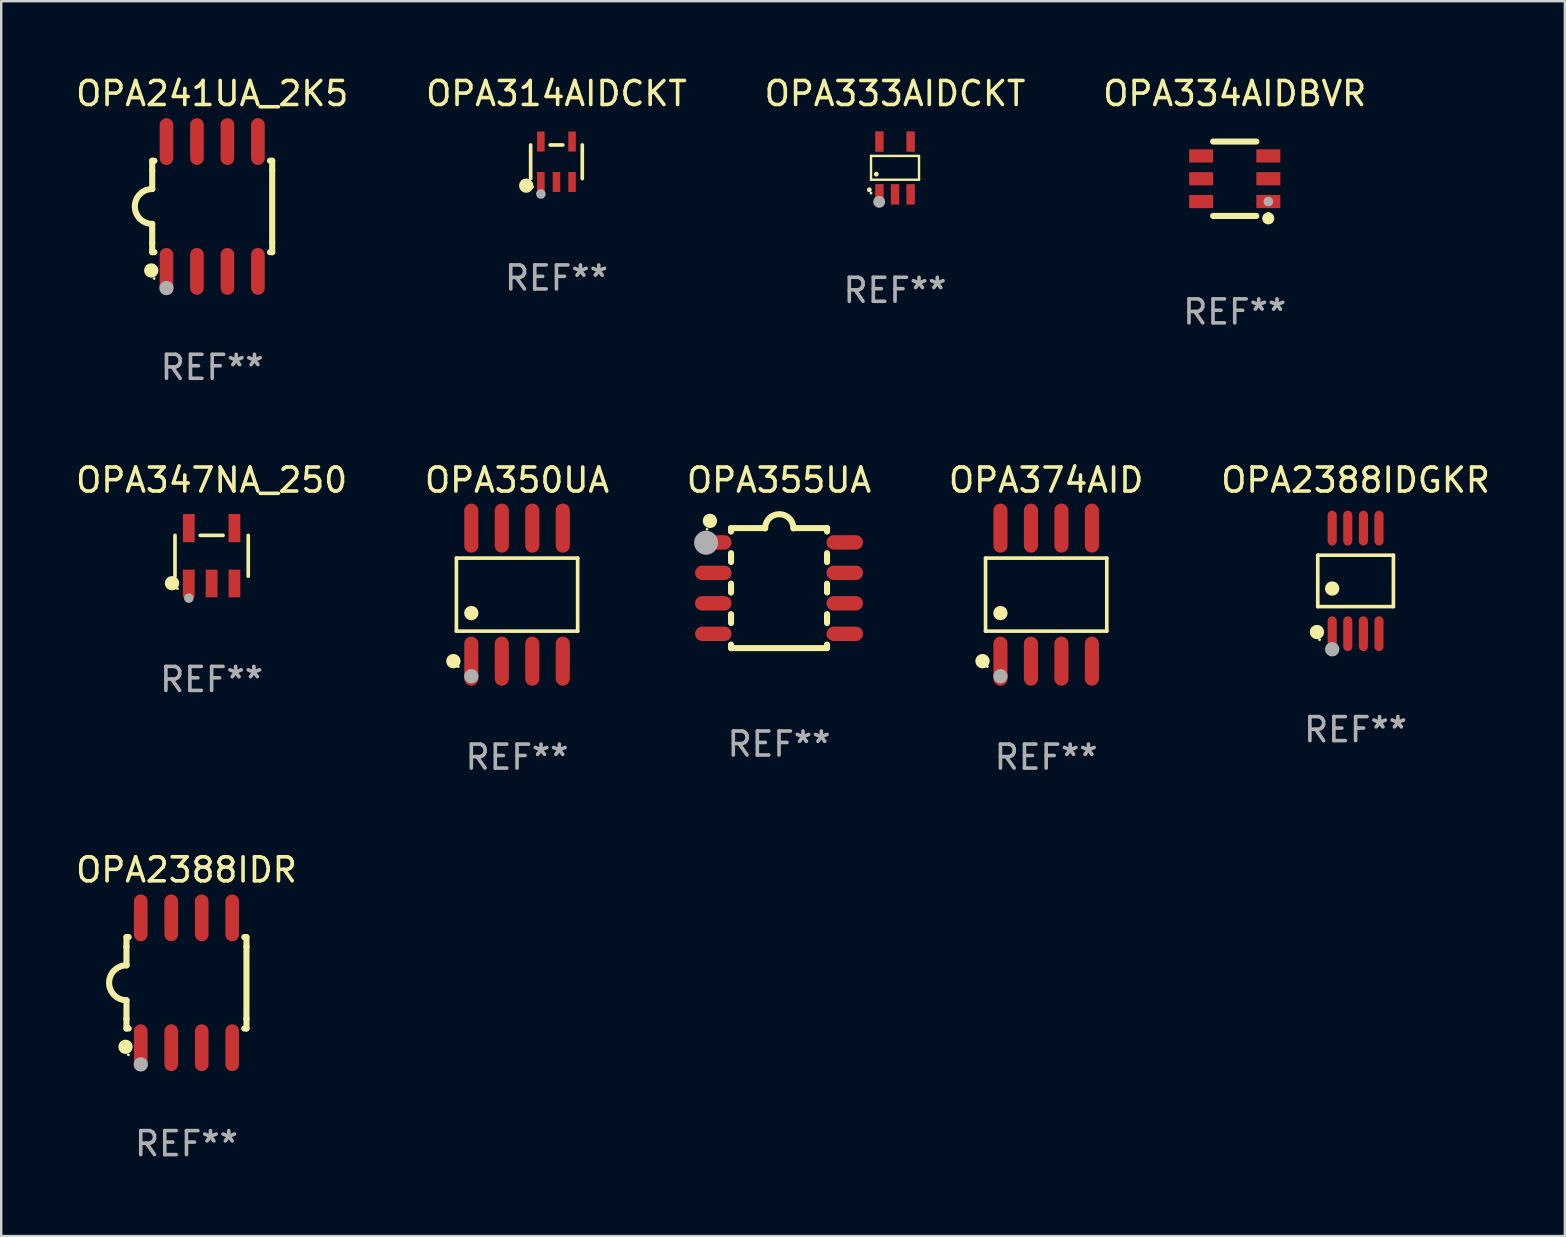
<source format=kicad_pcb>
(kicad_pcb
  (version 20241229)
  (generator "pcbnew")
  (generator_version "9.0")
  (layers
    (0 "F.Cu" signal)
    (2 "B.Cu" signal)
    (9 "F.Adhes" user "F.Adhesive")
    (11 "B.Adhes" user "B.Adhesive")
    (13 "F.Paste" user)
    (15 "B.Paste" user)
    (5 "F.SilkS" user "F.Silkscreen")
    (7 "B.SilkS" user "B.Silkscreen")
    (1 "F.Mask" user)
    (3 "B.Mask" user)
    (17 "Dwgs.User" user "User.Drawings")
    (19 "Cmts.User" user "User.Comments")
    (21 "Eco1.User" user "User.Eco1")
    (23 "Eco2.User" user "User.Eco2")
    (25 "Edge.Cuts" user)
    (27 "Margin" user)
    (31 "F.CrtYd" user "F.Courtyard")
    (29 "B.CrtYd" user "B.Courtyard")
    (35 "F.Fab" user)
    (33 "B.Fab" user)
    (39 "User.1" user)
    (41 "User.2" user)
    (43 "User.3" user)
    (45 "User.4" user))
  (footprint "OPA314AIDCKT"
    (layer "F.Cu")
    (at 20.137 3.691)
    (property "Reference" "OPA314AIDCKT" (at 0 -2.843 0) (layer "F.SilkS") (effects (font (size 1 1) (thickness 0.15))))
    (attr through_hole)
    (fp_line (start -1.076 0.701) (end -1.076 -0.701) (stroke (width 0.152) (type solid)) (layer "F.SilkS"))
    (fp_line (start 0.264 -0.701) (end -0.264 -0.701) (stroke (width 0.152) (type solid)) (layer "F.SilkS"))
    (fp_line (start 1.076 0.701) (end 1.076 -0.701) (stroke (width 0.152) (type solid)) (layer "F.SilkS"))
    (fp_circle (center -1.26 0.995) (end -1.11 0.995) (stroke (width 0.3) (type solid)) (fill no) (layer "F.SilkS"))
    (fp_circle (center -1 1.05) (end -0.97 1.05) (stroke (width 0.06) (type solid)) (fill no) (layer "F.SilkS"))
    (fp_circle (center -0.65 1.341) (end -0.55 1.341) (stroke (width 0.2) (type solid)) (fill no) (layer "F.Fab"))
    (fp_text user "REF**" (at 0 4.843 0) (layer "F.Fab") (effects (font (size 1 1) (thickness 0.15))))
    (pad "1" smd rect (at -0.65 0.843) (size 0.315 0.835) (layers "F.Cu" "F.Mask" "F.Paste"))
    (pad "2" smd rect (at 0.00014 0.843) (size 0.315 0.835) (layers "F.Cu" "F.Mask" "F.Paste"))
    (pad "3" smd rect (at 0.65 0.843) (size 0.315 0.835) (layers "F.Cu" "F.Mask" "F.Paste"))
    (pad "4" smd rect (at 0.65 -0.843) (size 0.315 0.835) (layers "F.Cu" "F.Mask" "F.Paste"))
    (pad "5" smd rect (at -0.65 -0.843) (size 0.315 0.835) (layers "F.Cu" "F.Mask" "F.Paste")))
  (footprint "OPA2388IDR"
    (layer "F.Cu")
    (at 4.72 37.901)
    (property "Reference" "OPA2388IDR" (at 0 -4.705 0) (layer "F.SilkS") (effects (font (size 1 1) (thickness 0.15))))
    (attr through_hole)
    (fp_line (start -2.5 -1.905) (end -2.409 -1.905) (stroke (width 0.254) (type solid)) (layer "F.SilkS"))
    (fp_line (start -2.5 -1.5) (end -2.5 -1.905) (stroke (width 0.254) (type solid)) (layer "F.SilkS"))
    (fp_line (start -2.5 -1.5) (end -2.5 -0.726) (stroke (width 0.254) (type solid)) (layer "F.SilkS"))
    (fp_line (start -2.5 1.5) (end -2.5 0.727) (stroke (width 0.254) (type solid)) (layer "F.SilkS"))
    (fp_line (start -2.5 1.5) (end -2.5 1.905) (stroke (width 0.254) (type solid)) (layer "F.SilkS"))
    (fp_line (start -2.5 1.905) (end -2.409 1.905) (stroke (width 0.254) (type solid)) (layer "F.SilkS"))
    (fp_line (start 2.5 -1.905) (end 2.409 -1.905) (stroke (width 0.254) (type solid)) (layer "F.SilkS"))
    (fp_line (start 2.5 -1.5) (end 2.5 -1.905) (stroke (width 0.254) (type solid)) (layer "F.SilkS"))
    (fp_line (start 2.5 -1.5) (end 2.5 1.5) (stroke (width 0.254) (type solid)) (layer "F.SilkS"))
    (fp_line (start 2.5 1.5) (end 2.5 1.905) (stroke (width 0.254) (type solid)) (layer "F.SilkS"))
    (fp_line (start 2.5 1.905) (end 2.409 1.905) (stroke (width 0.254) (type solid)) (layer "F.SilkS"))
    (fp_arc (start -2.5 0.726568) (mid -3.220316 -0.0023) (end -2.495097 -0.726289) (stroke (width 0.254001) (type solid)) (layer "F.SilkS"))
    (fp_circle (center -2.54 2.667) (end -2.39 2.667) (stroke (width 0.3) (type solid)) (fill no) (layer "F.SilkS"))
    (fp_circle (center -2.42 3) (end -2.39 3) (stroke (width 0.06) (type solid)) (fill no) (layer "F.SilkS"))
    (fp_circle (center -1.905 3.4) (end -1.755 3.4) (stroke (width 0.3) (type solid)) (fill no) (layer "F.Fab"))
    (fp_text user "REF**" (at 0 6.705 0) (layer "F.Fab") (effects (font (size 1 1) (thickness 0.15))))
    (pad "1" smd oval (at -1.905 2.705) (size 0.568 1.95) (layers "F.Cu" "F.Mask" "F.Paste"))
    (pad "2" smd oval (at -0.635 2.705) (size 0.568 1.95) (layers "F.Cu" "F.Mask" "F.Paste"))
    (pad "3" smd oval (at 0.635 2.705) (size 0.568 1.95) (layers "F.Cu" "F.Mask" "F.Paste"))
    (pad "4" smd oval (at 1.905 2.705) (size 0.568 1.95) (layers "F.Cu" "F.Mask" "F.Paste"))
    (pad "5" smd oval (at 1.905 -2.705) (size 0.568 1.95) (layers "F.Cu" "F.Mask" "F.Paste"))
    (pad "6" smd oval (at 0.635 -2.705) (size 0.568 1.95) (layers "F.Cu" "F.Mask" "F.Paste"))
    (pad "7" smd oval (at -0.635 -2.705) (size 0.568 1.95) (layers "F.Cu" "F.Mask" "F.Paste"))
    (pad "8" smd oval (at -1.905 -2.705) (size 0.568 1.95) (layers "F.Cu" "F.Mask" "F.Paste")))
  (footprint "OPA355UA"
    (layer "F.Cu")
    (at 29.411 21.455)
    (property "Reference" "OPA355UA" (at 0 -4.5 0) (layer "F.SilkS") (effects (font (size 1 1) (thickness 0.15))))
    (attr through_hole)
    (fp_line (start -2 -2.5) (end -2 -2.356) (stroke (width 0.254) (type solid)) (layer "F.SilkS"))
    (fp_line (start -2 -1.454) (end -2 -1.086) (stroke (width 0.254) (type solid)) (layer "F.SilkS"))
    (fp_line (start -2 -0.184) (end -2 0.184) (stroke (width 0.254) (type solid)) (layer "F.SilkS"))
    (fp_line (start -2 1.086) (end -2 1.454) (stroke (width 0.254) (type solid)) (layer "F.SilkS"))
    (fp_line (start -2 2.356) (end -2 2.5) (stroke (width 0.254) (type solid)) (layer "F.SilkS"))
    (fp_line (start -0.58 -2.5) (end -2 -2.5) (stroke (width 0.254) (type solid)) (layer "F.SilkS"))
    (fp_line (start 2 -2.5) (end 0.6 -2.5) (stroke (width 0.254) (type solid)) (layer "F.SilkS"))
    (fp_line (start 2 -2.5) (end 2 -2.356) (stroke (width 0.254) (type solid)) (layer "F.SilkS"))
    (fp_line (start 2 -1.454) (end 2 -1.086) (stroke (width 0.254) (type solid)) (layer "F.SilkS"))
    (fp_line (start 2 -0.184) (end 2 0.184) (stroke (width 0.254) (type solid)) (layer "F.SilkS"))
    (fp_line (start 2 1.086) (end 2 1.454) (stroke (width 0.254) (type solid)) (layer "F.SilkS"))
    (fp_line (start 2 2.356) (end 2 2.5) (stroke (width 0.254) (type solid)) (layer "F.SilkS"))
    (fp_line (start 2 2.5) (end -2 2.5) (stroke (width 0.254) (type solid)) (layer "F.SilkS"))
    (fp_arc (start -0.579908 -2.489992) (mid 0.010097 -3.07831) (end 0.600102 -2.489992) (stroke (width 0.254001) (type solid)) (layer "F.SilkS"))
    (fp_circle (center -3 -2.45) (end -2.97 -2.45) (stroke (width 0.06) (type solid)) (fill no) (layer "F.SilkS"))
    (fp_circle (center -2.88 -2.8) (end -2.73 -2.8) (stroke (width 0.3) (type solid)) (fill no) (layer "F.SilkS"))
    (fp_circle (center -3.04 -1.89) (end -2.79 -1.89) (stroke (width 0.5) (type solid)) (fill no) (layer "F.Fab"))
    (fp_text user "REF**" (at 0 6.5 0) (layer "F.Fab") (effects (font (size 1 1) (thickness 0.15))))
    (pad "1" smd oval (at -2.74 -1.905 90) (size 0.6 1.52) (layers "F.Cu" "F.Mask" "F.Paste"))
    (pad "2" smd oval (at -2.74 -0.635 90) (size 0.6 1.52) (layers "F.Cu" "F.Mask" "F.Paste"))
    (pad "3" smd oval (at -2.74 0.635 90) (size 0.6 1.52) (layers "F.Cu" "F.Mask" "F.Paste"))
    (pad "4" smd oval (at -2.74 1.905 90) (size 0.6 1.52) (layers "F.Cu" "F.Mask" "F.Paste"))
    (pad "5" smd oval (at 2.74 1.905 90) (size 0.6 1.52) (layers "F.Cu" "F.Mask" "F.Paste"))
    (pad "6" smd oval (at 2.74 0.635 90) (size 0.6 1.52) (layers "F.Cu" "F.Mask" "F.Paste"))
    (pad "7" smd oval (at 2.74 -0.635 90) (size 0.6 1.52) (layers "F.Cu" "F.Mask" "F.Paste"))
    (pad "8" smd oval (at 2.74 -1.905 90) (size 0.6 1.52) (layers "F.Cu" "F.Mask" "F.Paste")))
  (footprint "OPA241UA_2K5"
    (layer "F.Cu")
    (at 5.792 5.553)
    (property "Reference" "OPA241UA_2K5" (at 0 -4.705 0) (layer "F.SilkS") (effects (font (size 1 1) (thickness 0.15))))
    (attr through_hole)
    (fp_line (start -2.5 -1.905) (end -2.409 -1.905) (stroke (width 0.254) (type solid)) (layer "F.SilkS"))
    (fp_line (start -2.5 -1.5) (end -2.5 -1.905) (stroke (width 0.254) (type solid)) (layer "F.SilkS"))
    (fp_line (start -2.5 -1.5) (end -2.5 -0.726) (stroke (width 0.254) (type solid)) (layer "F.SilkS"))
    (fp_line (start -2.5 1.5) (end -2.5 0.727) (stroke (width 0.254) (type solid)) (layer "F.SilkS"))
    (fp_line (start -2.5 1.5) (end -2.5 1.905) (stroke (width 0.254) (type solid)) (layer "F.SilkS"))
    (fp_line (start -2.5 1.905) (end -2.409 1.905) (stroke (width 0.254) (type solid)) (layer "F.SilkS"))
    (fp_line (start 2.5 -1.905) (end 2.409 -1.905) (stroke (width 0.254) (type solid)) (layer "F.SilkS"))
    (fp_line (start 2.5 -1.5) (end 2.5 -1.905) (stroke (width 0.254) (type solid)) (layer "F.SilkS"))
    (fp_line (start 2.5 -1.5) (end 2.5 1.5) (stroke (width 0.254) (type solid)) (layer "F.SilkS"))
    (fp_line (start 2.5 1.5) (end 2.5 1.905) (stroke (width 0.254) (type solid)) (layer "F.SilkS"))
    (fp_line (start 2.5 1.905) (end 2.409 1.905) (stroke (width 0.254) (type solid)) (layer "F.SilkS"))
    (fp_arc (start -2.5 0.726568) (mid -3.220316 -0.0023) (end -2.495097 -0.726289) (stroke (width 0.254001) (type solid)) (layer "F.SilkS"))
    (fp_circle (center -2.54 2.667) (end -2.39 2.667) (stroke (width 0.3) (type solid)) (fill no) (layer "F.SilkS"))
    (fp_circle (center -2.42 3) (end -2.39 3) (stroke (width 0.06) (type solid)) (fill no) (layer "F.SilkS"))
    (fp_circle (center -1.905 3.4) (end -1.755 3.4) (stroke (width 0.3) (type solid)) (fill no) (layer "F.Fab"))
    (fp_text user "REF**" (at 0 6.705 0) (layer "F.Fab") (effects (font (size 1 1) (thickness 0.15))))
    (pad "1" smd oval (at -1.905 2.705) (size 0.568 1.95) (layers "F.Cu" "F.Mask" "F.Paste"))
    (pad "2" smd oval (at -0.635 2.705) (size 0.568 1.95) (layers "F.Cu" "F.Mask" "F.Paste"))
    (pad "3" smd oval (at 0.635 2.705) (size 0.568 1.95) (layers "F.Cu" "F.Mask" "F.Paste"))
    (pad "4" smd oval (at 1.905 2.705) (size 0.568 1.95) (layers "F.Cu" "F.Mask" "F.Paste"))
    (pad "5" smd oval (at 1.905 -2.705) (size 0.568 1.95) (layers "F.Cu" "F.Mask" "F.Paste"))
    (pad "6" smd oval (at 0.635 -2.705) (size 0.568 1.95) (layers "F.Cu" "F.Mask" "F.Paste"))
    (pad "7" smd oval (at -0.635 -2.705) (size 0.568 1.95) (layers "F.Cu" "F.Mask" "F.Paste"))
    (pad "8" smd oval (at -1.905 -2.705) (size 0.568 1.95) (layers "F.Cu" "F.Mask" "F.Paste")))
  (footprint "OPA2388IDGKR"
    (layer "F.Cu")
    (at 53.435 21.155)
    (property "Reference" "OPA2388IDGKR" (at 0 -4.2 0) (layer "F.SilkS") (effects (font (size 1 1) (thickness 0.15))))
    (attr through_hole)
    (fp_line (start -1.576 -1.071) (end 1.576 -1.071) (stroke (width 0.152) (type solid)) (layer "F.SilkS"))
    (fp_line (start -1.576 1.071) (end -1.576 -1.071) (stroke (width 0.152) (type solid)) (layer "F.SilkS"))
    (fp_line (start 1.576 -1.071) (end 1.576 1.071) (stroke (width 0.152) (type solid)) (layer "F.SilkS"))
    (fp_line (start 1.576 1.071) (end -1.576 1.071) (stroke (width 0.152) (type solid)) (layer "F.SilkS"))
    (fp_circle (center -1.609 2.131) (end -1.459 2.131) (stroke (width 0.3) (type solid)) (fill no) (layer "F.SilkS"))
    (fp_circle (center -1.5 2.45) (end -1.47 2.45) (stroke (width 0.06) (type solid)) (fill no) (layer "F.SilkS"))
    (fp_circle (center -0.975 0.319) (end -0.825 0.319) (stroke (width 0.3) (type solid)) (fill no) (layer "F.SilkS"))
    (fp_circle (center -0.975 2.85) (end -0.825 2.85) (stroke (width 0.3) (type solid)) (fill no) (layer "F.Fab"))
    (fp_text user "REF**" (at 0 6.2 0) (layer "F.Fab") (effects (font (size 1 1) (thickness 0.15))))
    (pad "1" smd oval (at -0.975 2.2) (size 0.38 1.45) (layers "F.Cu" "F.Mask" "F.Paste"))
    (pad "2" smd oval (at -0.325 2.2) (size 0.38 1.45) (layers "F.Cu" "F.Mask" "F.Paste"))
    (pad "3" smd oval (at 0.325 2.2) (size 0.38 1.45) (layers "F.Cu" "F.Mask" "F.Paste"))
    (pad "4" smd oval (at 0.975 2.2) (size 0.38 1.45) (layers "F.Cu" "F.Mask" "F.Paste"))
    (pad "5" smd oval (at 0.975 -2.2) (size 0.38 1.45) (layers "F.Cu" "F.Mask" "F.Paste"))
    (pad "6" smd oval (at 0.325 -2.2) (size 0.38 1.45) (layers "F.Cu" "F.Mask" "F.Paste"))
    (pad "7" smd oval (at -0.325 -2.2) (size 0.38 1.45) (layers "F.Cu" "F.Mask" "F.Paste"))
    (pad "8" smd oval (at -0.975 -2.2) (size 0.38 1.45) (layers "F.Cu" "F.Mask" "F.Paste")))
  (footprint "OPA334AIDBVR"
    (layer "F.Cu")
    (at 48.399 4.398)
    (property "Reference" "OPA334AIDBVR" (at 0 -3.55 0) (layer "F.SilkS") (effects (font (size 1 1) (thickness 0.15))))
    (attr through_hole)
    (fp_line (start -0.9 -1.55) (end 0.9 -1.55) (stroke (width 0.254) (type solid)) (layer "F.SilkS"))
    (fp_line (start -0.9 1.55) (end 0.9 1.55) (stroke (width 0.254) (type solid)) (layer "F.SilkS"))
    (fp_circle (center 1.397 1.651) (end 1.524 1.651) (stroke (width 0.254) (type solid)) (fill no) (layer "F.SilkS"))
    (fp_circle (center 1.4 1.435) (end 1.43 1.435) (stroke (width 0.06) (type solid)) (fill no) (layer "F.SilkS"))
    (fp_circle (center 1.4 0.95) (end 1.5 0.95) (stroke (width 0.2) (type solid)) (fill no) (layer "F.Fab"))
    (fp_text user "REF**" (at 0 5.55 0) (layer "F.Fab") (effects (font (size 1 1) (thickness 0.15))))
    (pad "1" smd rect (at 1.4 0.95) (size 1 0.55) (layers "F.Cu" "F.Mask" "F.Paste"))
    (pad "2" smd rect (at 1.4 -0.000102) (size 1 0.55) (layers "F.Cu" "F.Mask" "F.Paste"))
    (pad "3" smd rect (at 1.4 -0.95) (size 1 0.55) (layers "F.Cu" "F.Mask" "F.Paste"))
    (pad "4" smd rect (at -1.4 -0.95) (size 1 0.55) (layers "F.Cu" "F.Mask" "F.Paste"))
    (pad "5" smd rect (at -1.4 -0.000102) (size 1 0.55) (layers "F.Cu" "F.Mask" "F.Paste"))
    (pad "6" smd rect (at -1.4 0.95) (size 1 0.55) (layers "F.Cu" "F.Mask" "F.Paste")))
  (footprint "OPA374AID"
    (layer "F.Cu")
    (at 40.542 21.727)
    (property "Reference" "OPA374AID" (at 0 -4.772 0) (layer "F.SilkS") (effects (font (size 1 1) (thickness 0.15))))
    (attr through_hole)
    (fp_line (start -2.526 -1.521) (end 2.526 -1.521) (stroke (width 0.152) (type solid)) (layer "F.SilkS"))
    (fp_line (start -2.526 1.521) (end -2.526 -1.521) (stroke (width 0.152) (type solid)) (layer "F.SilkS"))
    (fp_line (start 2.526 -1.521) (end 2.526 1.521) (stroke (width 0.152) (type solid)) (layer "F.SilkS"))
    (fp_line (start 2.526 1.521) (end -2.526 1.521) (stroke (width 0.152) (type solid)) (layer "F.SilkS"))
    (fp_circle (center -2.652 2.772) (end -2.501 2.772) (stroke (width 0.3) (type solid)) (fill no) (layer "F.SilkS"))
    (fp_circle (center -2.45 3) (end -2.42 3) (stroke (width 0.06) (type solid)) (fill no) (layer "F.SilkS"))
    (fp_circle (center -1.905 0.769) (end -1.755 0.769) (stroke (width 0.3) (type solid)) (fill no) (layer "F.SilkS"))
    (fp_circle (center -1.905 3.4) (end -1.755 3.4) (stroke (width 0.3) (type solid)) (fill no) (layer "F.Fab"))
    (fp_text user "REF**" (at 0 6.772 0) (layer "F.Fab") (effects (font (size 1 1) (thickness 0.15))))
    (pad "1" smd oval (at -1.905 2.772) (size 0.588 2.045) (layers "F.Cu" "F.Mask" "F.Paste"))
    (pad "2" smd oval (at -0.635 2.772) (size 0.588 2.045) (layers "F.Cu" "F.Mask" "F.Paste"))
    (pad "3" smd oval (at 0.635 2.772) (size 0.588 2.045) (layers "F.Cu" "F.Mask" "F.Paste"))
    (pad "4" smd oval (at 1.905 2.772) (size 0.588 2.045) (layers "F.Cu" "F.Mask" "F.Paste"))
    (pad "5" smd oval (at 1.905 -2.772) (size 0.588 2.045) (layers "F.Cu" "F.Mask" "F.Paste"))
    (pad "6" smd oval (at 0.635 -2.772) (size 0.588 2.045) (layers "F.Cu" "F.Mask" "F.Paste"))
    (pad "7" smd oval (at -0.635 -2.772) (size 0.588 2.045) (layers "F.Cu" "F.Mask" "F.Paste"))
    (pad "8" smd oval (at -1.905 -2.772) (size 0.588 2.045) (layers "F.Cu" "F.Mask" "F.Paste")))
  (footprint "OPA333AIDCKT"
    (layer "F.Cu")
    (at 34.244 3.948)
    (property "Reference" "OPA333AIDCKT" (at 0 -3.1 0) (layer "F.SilkS") (effects (font (size 1 1) (thickness 0.15))))
    (attr through_hole)
    (fp_line (start -1 -0.5) (end -1 0.49) (stroke (width 0.1) (type solid)) (layer "F.SilkS"))
    (fp_line (start -1 0.49) (end 1 0.49) (stroke (width 0.1) (type solid)) (layer "F.SilkS"))
    (fp_line (start 0.99 -0.5) (end -1 -0.5) (stroke (width 0.1) (type solid)) (layer "F.SilkS"))
    (fp_line (start 1 -0.49) (end 0.99 -0.5) (stroke (width 0.1) (type solid)) (layer "F.SilkS"))
    (fp_line (start 1 0.49) (end 1 -0.49) (stroke (width 0.1) (type solid)) (layer "F.SilkS"))
    (fp_circle (center -1.07 0.91) (end -1.02 0.91) (stroke (width 0.1) (type solid)) (fill no) (layer "F.SilkS"))
    (fp_circle (center -1 1.05) (end -0.97 1.05) (stroke (width 0.06) (type solid)) (fill no) (layer "F.SilkS"))
    (fp_circle (center -0.78 0.26) (end -0.73 0.26) (stroke (width 0.1) (type solid)) (fill no) (layer "F.SilkS"))
    (fp_circle (center -0.66 1.41) (end -0.535 1.41) (stroke (width 0.25) (type solid)) (fill no) (layer "F.Fab"))
    (fp_text user "REF**" (at 0 5.1 0) (layer "F.Fab") (effects (font (size 1 1) (thickness 0.15))))
    (pad "1" smd rect (at -0.65 1.1) (size 0.35 0.85) (layers "F.Cu" "F.Mask" "F.Paste"))
    (pad "2" smd rect (at 0.000051 1.1) (size 0.35 0.85) (layers "F.Cu" "F.Mask" "F.Paste"))
    (pad "3" smd rect (at 0.65 1.1) (size 0.35 0.85) (layers "F.Cu" "F.Mask" "F.Paste"))
    (pad "4" smd rect (at 0.65 -1.1) (size 0.35 0.85) (layers "F.Cu" "F.Mask" "F.Paste"))
    (pad "5" smd rect (at -0.65 -1.1) (size 0.35 0.85) (layers "F.Cu" "F.Mask" "F.Paste")))
  (footprint "OPA347NA_250"
    (layer "F.Cu")
    (at 5.768 20.109)
    (property "Reference" "OPA347NA_250" (at 0 -3.154 0) (layer "F.SilkS") (effects (font (size 1 1) (thickness 0.15))))
    (attr through_hole)
    (fp_line (start -1.526 0.851) (end -1.526 -0.851) (stroke (width 0.152) (type solid)) (layer "F.SilkS"))
    (fp_line (start 0.476 -0.851) (end -0.476 -0.851) (stroke (width 0.152) (type solid)) (layer "F.SilkS"))
    (fp_line (start 1.526 0.851) (end 1.526 -0.851) (stroke (width 0.152) (type solid)) (layer "F.SilkS"))
    (fp_circle (center -1.651 1.143) (end -1.501 1.143) (stroke (width 0.3) (type solid)) (fill no) (layer "F.SilkS"))
    (fp_circle (center -1.42 1.37) (end -1.39 1.37) (stroke (width 0.06) (type solid)) (fill no) (layer "F.SilkS"))
    (fp_circle (center -0.95 1.763) (end -0.85 1.763) (stroke (width 0.2) (type solid)) (fill no) (layer "F.Fab"))
    (fp_text user "REF**" (at 0 5.154 0) (layer "F.Fab") (effects (font (size 1 1) (thickness 0.15))))
    (pad "1" smd rect (at -0.95 1.154) (size 0.49 1.157) (layers "F.Cu" "F.Mask" "F.Paste"))
    (pad "2" smd rect (at 0 1.154) (size 0.49 1.157) (layers "F.Cu" "F.Mask" "F.Paste"))
    (pad "3" smd rect (at 0.95 1.154) (size 0.49 1.157) (layers "F.Cu" "F.Mask" "F.Paste"))
    (pad "4" smd rect (at 0.95 -1.154) (size 0.49 1.175) (layers "F.Cu" "F.Mask" "F.Paste"))
    (pad "5" smd rect (at -0.95 -1.154) (size 0.49 1.175) (layers "F.Cu" "F.Mask" "F.Paste")))
  (footprint "OPA350UA"
    (layer "F.Cu")
    (at 18.494 21.727)
    (property "Reference" "OPA350UA" (at 0 -4.772 0) (layer "F.SilkS") (effects (font (size 1 1) (thickness 0.15))))
    (attr through_hole)
    (fp_line (start -2.526 -1.521) (end 2.526 -1.521) (stroke (width 0.152) (type solid)) (layer "F.SilkS"))
    (fp_line (start -2.526 1.521) (end -2.526 -1.521) (stroke (width 0.152) (type solid)) (layer "F.SilkS"))
    (fp_line (start 2.526 -1.521) (end 2.526 1.521) (stroke (width 0.152) (type solid)) (layer "F.SilkS"))
    (fp_line (start 2.526 1.521) (end -2.526 1.521) (stroke (width 0.152) (type solid)) (layer "F.SilkS"))
    (fp_circle (center -2.652 2.772) (end -2.501 2.772) (stroke (width 0.3) (type solid)) (fill no) (layer "F.SilkS"))
    (fp_circle (center -2.45 3) (end -2.42 3) (stroke (width 0.06) (type solid)) (fill no) (layer "F.SilkS"))
    (fp_circle (center -1.905 0.769) (end -1.755 0.769) (stroke (width 0.3) (type solid)) (fill no) (layer "F.SilkS"))
    (fp_circle (center -1.905 3.4) (end -1.755 3.4) (stroke (width 0.3) (type solid)) (fill no) (layer "F.Fab"))
    (fp_text user "REF**" (at 0 6.772 0) (layer "F.Fab") (effects (font (size 1 1) (thickness 0.15))))
    (pad "1" smd oval (at -1.905 2.772) (size 0.588 2.045) (layers "F.Cu" "F.Mask" "F.Paste"))
    (pad "2" smd oval (at -0.635 2.772) (size 0.588 2.045) (layers "F.Cu" "F.Mask" "F.Paste"))
    (pad "3" smd oval (at 0.635 2.772) (size 0.588 2.045) (layers "F.Cu" "F.Mask" "F.Paste"))
    (pad "4" smd oval (at 1.905 2.772) (size 0.588 2.045) (layers "F.Cu" "F.Mask" "F.Paste"))
    (pad "5" smd oval (at 1.905 -2.772) (size 0.588 2.045) (layers "F.Cu" "F.Mask" "F.Paste"))
    (pad "6" smd oval (at 0.635 -2.772) (size 0.588 2.045) (layers "F.Cu" "F.Mask" "F.Paste"))
    (pad "7" smd oval (at -0.635 -2.772) (size 0.588 2.045) (layers "F.Cu" "F.Mask" "F.Paste"))
    (pad "8" smd oval (at -1.905 -2.772) (size 0.588 2.045) (layers "F.Cu" "F.Mask" "F.Paste")))
  (gr_rect
    (start -3 -3)
    (end 62.155 48.455)
    (stroke (width 0.1) (type default))
    (fill no)
    (layer "Edge.Cuts")))
</source>
